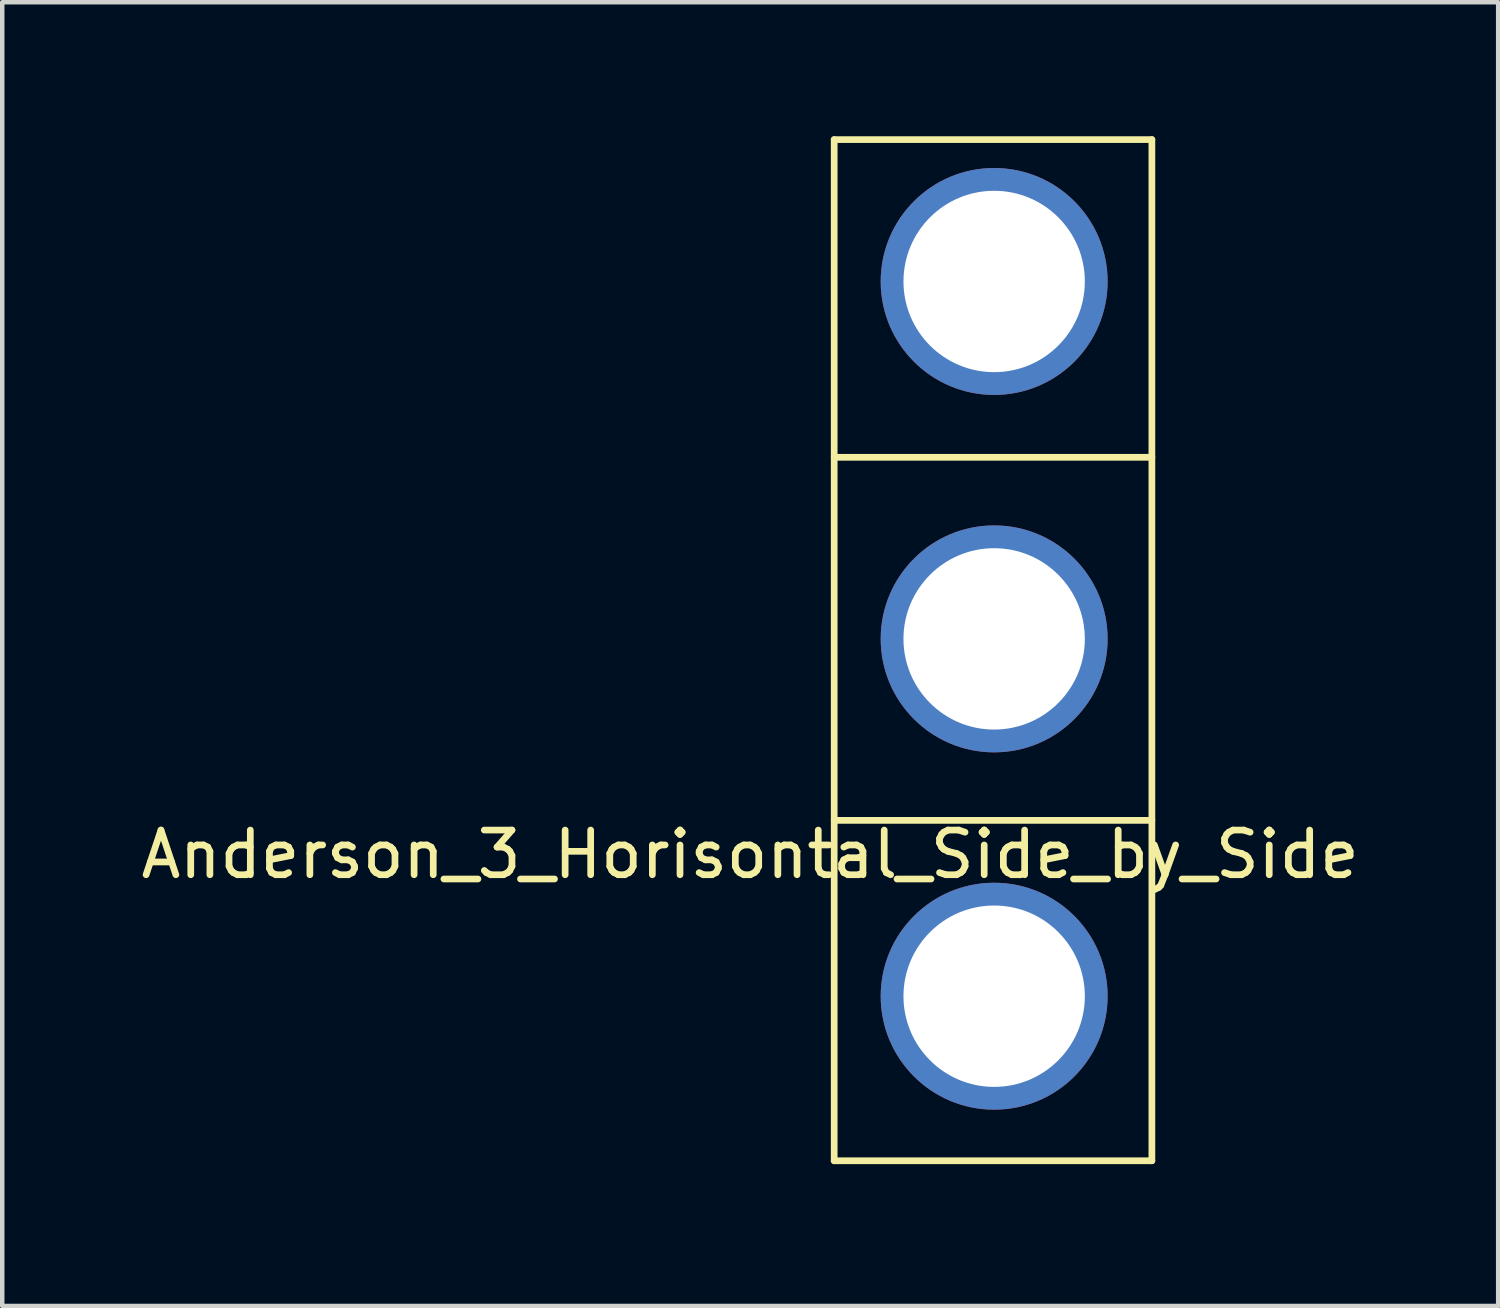
<source format=kicad_pcb>
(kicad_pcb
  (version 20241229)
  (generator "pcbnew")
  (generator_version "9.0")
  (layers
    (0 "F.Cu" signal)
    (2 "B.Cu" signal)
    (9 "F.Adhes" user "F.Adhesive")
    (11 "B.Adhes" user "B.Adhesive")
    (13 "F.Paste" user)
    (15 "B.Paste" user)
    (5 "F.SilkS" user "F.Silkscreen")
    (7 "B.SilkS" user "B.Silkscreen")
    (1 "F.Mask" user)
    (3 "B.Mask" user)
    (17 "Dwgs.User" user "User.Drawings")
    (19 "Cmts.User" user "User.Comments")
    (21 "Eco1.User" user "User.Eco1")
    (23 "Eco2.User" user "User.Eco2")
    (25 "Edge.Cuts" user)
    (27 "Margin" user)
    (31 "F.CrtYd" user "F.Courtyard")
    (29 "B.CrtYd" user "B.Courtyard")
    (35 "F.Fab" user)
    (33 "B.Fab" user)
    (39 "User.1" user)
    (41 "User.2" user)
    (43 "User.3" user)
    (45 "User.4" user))
  (footprint "Anderson_3_Horisontal_Side_by_Side"
    (layer "F.Cu")
    (at 15.624 22.935)
    (property "Reference" "Anderson_3_Horisontal_Side_by_Side" (at -1.88 -6.858 0) (layer "F.SilkS") (effects (font (size 1 1) (thickness 0.15))))
    (attr through_hole)
    (fp_line (start 0 -22.86) (end 7.112 -22.86) (stroke (width 0.15) (type solid)) (layer "F.SilkS"))
    (fp_line (start 0 -15.748) (end 7.112 -15.748) (stroke (width 0.15) (type solid)) (layer "F.SilkS"))
    (fp_line (start 0 -7.62) (end 7.112 -7.62) (stroke (width 0.15) (type solid)) (layer "F.SilkS"))
    (fp_line (start 0 0) (end 0 -22.86) (stroke (width 0.15) (type solid)) (layer "F.SilkS"))
    (fp_line (start 7.112 -22.86) (end 7.112 0) (stroke (width 0.15) (type solid)) (layer "F.SilkS"))
    (fp_line (start 7.112 0) (end 0 0) (stroke (width 0.15) (type solid)) (layer "F.SilkS"))
    (pad "1" thru_hole circle (at 3.581 -19.684) (size 5.08 5.08) (drill 4.06) (layers "*.Cu" "*.Mask" "F.Paste"))
    (pad "2" thru_hole circle (at 3.581 -11.683) (size 5.08 5.08) (drill 4.06) (layers "*.Cu" "*.Mask" "F.Paste"))
    (pad "3" thru_hole circle (at 3.581 -3.684) (size 5.08 5.08) (drill 4.06) (layers "*.Cu" "*.Mask" "F.Paste")))
  (gr_rect
    (start -3 -3)
    (end 30.488 26.185)
    (stroke (width 0.1) (type default))
    (fill no)
    (layer "Edge.Cuts")))
</source>
